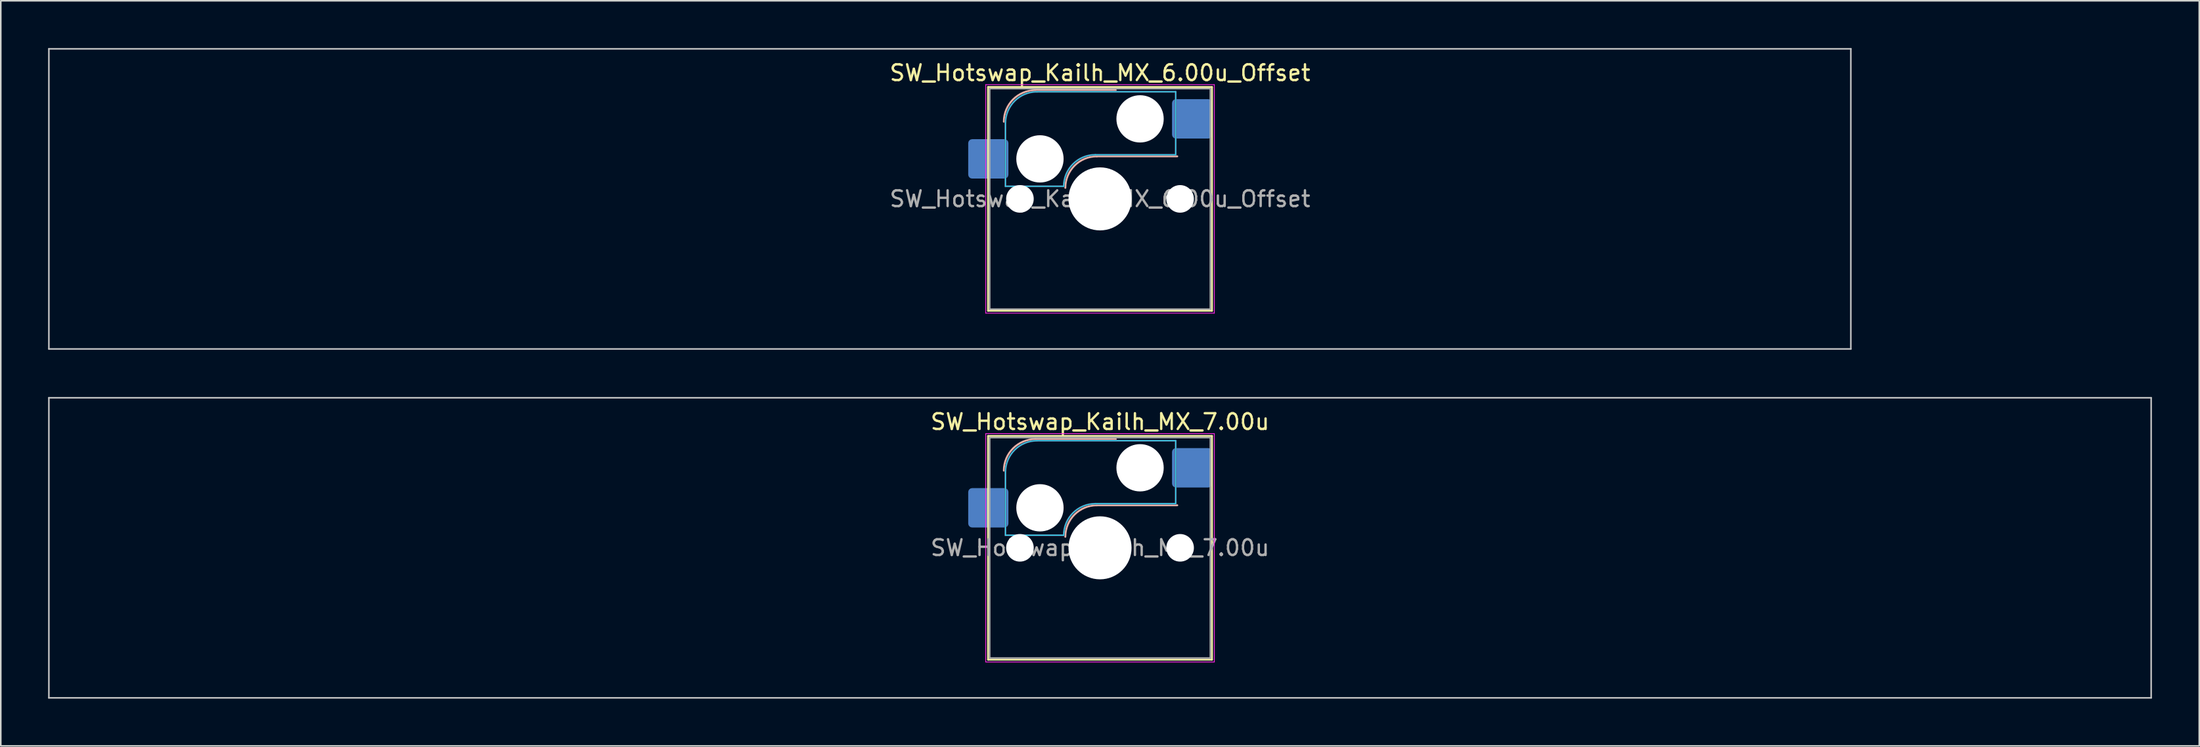
<source format=kicad_pcb>
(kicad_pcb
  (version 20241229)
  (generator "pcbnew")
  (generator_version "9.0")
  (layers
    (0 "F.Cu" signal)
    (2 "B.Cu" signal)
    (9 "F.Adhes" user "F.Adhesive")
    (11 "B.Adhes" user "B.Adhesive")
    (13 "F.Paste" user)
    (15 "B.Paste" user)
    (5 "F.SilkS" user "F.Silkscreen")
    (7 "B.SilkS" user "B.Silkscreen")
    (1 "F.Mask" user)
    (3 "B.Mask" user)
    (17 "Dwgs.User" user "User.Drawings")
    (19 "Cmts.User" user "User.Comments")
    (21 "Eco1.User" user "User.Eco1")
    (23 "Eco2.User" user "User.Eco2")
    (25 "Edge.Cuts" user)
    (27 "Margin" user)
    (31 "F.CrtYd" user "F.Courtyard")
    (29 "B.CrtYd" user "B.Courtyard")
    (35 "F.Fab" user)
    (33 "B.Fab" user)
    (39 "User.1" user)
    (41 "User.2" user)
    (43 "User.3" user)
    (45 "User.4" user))
  (footprint "SW_Hotswap_Kailh_MX_7.00u"
    (layer "F.Cu")
    (at 66.725 31.725)
    (property "Reference" "SW_Hotswap_Kailh_MX_7.00u" (at 0 -8 0) (layer "F.SilkS") (effects (font (size 1 1) (thickness 0.15))))
    (attr smd)
    (fp_line (start -7.1 -7.1) (end -7.1 7.1) (stroke (width 0.12) (type solid)) (layer "F.SilkS"))
    (fp_line (start -7.1 7.1) (end 7.1 7.1) (stroke (width 0.12) (type solid)) (layer "F.SilkS"))
    (fp_line (start 7.1 -7.1) (end -7.1 -7.1) (stroke (width 0.12) (type solid)) (layer "F.SilkS"))
    (fp_line (start 7.1 7.1) (end 7.1 -7.1) (stroke (width 0.12) (type solid)) (layer "F.SilkS"))
    (fp_line (start -4.1 -6.9) (end 1 -6.9) (stroke (width 0.12) (type solid)) (layer "B.SilkS"))
    (fp_line (start -0.2 -2.7) (end 4.9 -2.7) (stroke (width 0.12) (type solid)) (layer "B.SilkS"))
    (fp_arc (start -6.1 -4.9) (mid -5.514214 -6.314214) (end -4.1 -6.9) (stroke (width 0.12) (type solid)) (layer "B.SilkS"))
    (fp_arc (start -2.2 -0.7) (mid -1.614214 -2.114214) (end -0.2 -2.7) (stroke (width 0.12) (type solid)) (layer "B.SilkS"))
    (fp_line (start -66.675 -9.525) (end -66.675 9.525) (stroke (width 0.1) (type solid)) (layer "Dwgs.User"))
    (fp_line (start -66.675 9.525) (end 66.675 9.525) (stroke (width 0.1) (type solid)) (layer "Dwgs.User"))
    (fp_line (start 66.675 -9.525) (end -66.675 -9.525) (stroke (width 0.1) (type solid)) (layer "Dwgs.User"))
    (fp_line (start 66.675 9.525) (end 66.675 -9.525) (stroke (width 0.1) (type solid)) (layer "Dwgs.User"))
    (fp_line (start -7.8 -6) (end -7 -6) (stroke (width 0.1) (type solid)) (layer "Eco1.User"))
    (fp_line (start -7.8 -2.9) (end -7.8 -6) (stroke (width 0.1) (type solid)) (layer "Eco1.User"))
    (fp_line (start -7.8 2.9) (end -7 2.9) (stroke (width 0.1) (type solid)) (layer "Eco1.User"))
    (fp_line (start -7.8 6) (end -7.8 2.9) (stroke (width 0.1) (type solid)) (layer "Eco1.User"))
    (fp_line (start -7 -7) (end 7 -7) (stroke (width 0.1) (type solid)) (layer "Eco1.User"))
    (fp_line (start -7 -6) (end -7 -7) (stroke (width 0.1) (type solid)) (layer "Eco1.User"))
    (fp_line (start -7 -2.9) (end -7.8 -2.9) (stroke (width 0.1) (type solid)) (layer "Eco1.User"))
    (fp_line (start -7 2.9) (end -7 -2.9) (stroke (width 0.1) (type solid)) (layer "Eco1.User"))
    (fp_line (start -7 6) (end -7.8 6) (stroke (width 0.1) (type solid)) (layer "Eco1.User"))
    (fp_line (start -7 7) (end -7 6) (stroke (width 0.1) (type solid)) (layer "Eco1.User"))
    (fp_line (start 7 -7) (end 7 -6) (stroke (width 0.1) (type solid)) (layer "Eco1.User"))
    (fp_line (start 7 -6) (end 7.8 -6) (stroke (width 0.1) (type solid)) (layer "Eco1.User"))
    (fp_line (start 7 -2.9) (end 7 2.9) (stroke (width 0.1) (type solid)) (layer "Eco1.User"))
    (fp_line (start 7 2.9) (end 7.8 2.9) (stroke (width 0.1) (type solid)) (layer "Eco1.User"))
    (fp_line (start 7 6) (end 7 7) (stroke (width 0.1) (type solid)) (layer "Eco1.User"))
    (fp_line (start 7 7) (end -7 7) (stroke (width 0.1) (type solid)) (layer "Eco1.User"))
    (fp_line (start 7.8 -6) (end 7.8 -2.9) (stroke (width 0.1) (type solid)) (layer "Eco1.User"))
    (fp_line (start 7.8 -2.9) (end 7 -2.9) (stroke (width 0.1) (type solid)) (layer "Eco1.User"))
    (fp_line (start 7.8 2.9) (end 7.8 6) (stroke (width 0.1) (type solid)) (layer "Eco1.User"))
    (fp_line (start 7.8 6) (end 7 6) (stroke (width 0.1) (type solid)) (layer "Eco1.User"))
    (fp_line (start -6 -0.8) (end -6 -4.8) (stroke (width 0.05) (type solid)) (layer "B.CrtYd"))
    (fp_line (start -6 -0.8) (end -2.3 -0.8) (stroke (width 0.05) (type solid)) (layer "B.CrtYd"))
    (fp_line (start -4 -6.8) (end 4.8 -6.8) (stroke (width 0.05) (type solid)) (layer "B.CrtYd"))
    (fp_line (start -0.3 -2.8) (end 4.8 -2.8) (stroke (width 0.05) (type solid)) (layer "B.CrtYd"))
    (fp_line (start 4.8 -6.8) (end 4.8 -2.8) (stroke (width 0.05) (type solid)) (layer "B.CrtYd"))
    (fp_arc (start -6 -4.8) (mid -5.414214 -6.214214) (end -4 -6.8) (stroke (width 0.05) (type solid)) (layer "B.CrtYd"))
    (fp_arc (start -2.3 -0.8) (mid -1.714214 -2.214214) (end -0.3 -2.8) (stroke (width 0.05) (type solid)) (layer "B.CrtYd"))
    (fp_line (start -7.25 -7.25) (end -7.25 7.25) (stroke (width 0.05) (type solid)) (layer "F.CrtYd"))
    (fp_line (start -7.25 7.25) (end 7.25 7.25) (stroke (width 0.05) (type solid)) (layer "F.CrtYd"))
    (fp_line (start 7.25 -7.25) (end -7.25 -7.25) (stroke (width 0.05) (type solid)) (layer "F.CrtYd"))
    (fp_line (start 7.25 7.25) (end 7.25 -7.25) (stroke (width 0.05) (type solid)) (layer "F.CrtYd"))
    (fp_line (start -6 -0.8) (end -6 -4.8) (stroke (width 0.12) (type solid)) (layer "B.Fab"))
    (fp_line (start -6 -0.8) (end -2.3 -0.8) (stroke (width 0.12) (type solid)) (layer "B.Fab"))
    (fp_line (start -4 -6.8) (end 4.8 -6.8) (stroke (width 0.12) (type solid)) (layer "B.Fab"))
    (fp_line (start -0.3 -2.8) (end 4.8 -2.8) (stroke (width 0.12) (type solid)) (layer "B.Fab"))
    (fp_line (start 4.8 -6.8) (end 4.8 -2.8) (stroke (width 0.12) (type solid)) (layer "B.Fab"))
    (fp_arc (start -6 -4.8) (mid -5.414214 -6.214214) (end -4 -6.8) (stroke (width 0.12) (type solid)) (layer "B.Fab"))
    (fp_arc (start -2.3 -0.8) (mid -1.714214 -2.214214) (end -0.3 -2.8) (stroke (width 0.12) (type solid)) (layer "B.Fab"))
    (fp_line (start -7 -7) (end -7 7) (stroke (width 0.1) (type solid)) (layer "F.Fab"))
    (fp_line (start -7 7) (end 7 7) (stroke (width 0.1) (type solid)) (layer "F.Fab"))
    (fp_line (start 7 -7) (end -7 -7) (stroke (width 0.1) (type solid)) (layer "F.Fab"))
    (fp_line (start 7 7) (end 7 -7) (stroke (width 0.1) (type solid)) (layer "F.Fab"))
    (fp_text user "${REFERENCE}" (at 0 0 0) (layer "F.Fab") (effects (font (size 1 1) (thickness 0.15))))
    (pad "" np_thru_hole circle (at -5.08 0) (size 1.75 1.75) (drill 1.75) (layers "*.Cu" "*.Mask"))
    (pad "" np_thru_hole circle (at -3.81 -2.54) (size 3 3) (drill 3) (layers "*.Cu" "*.Mask"))
    (pad "" np_thru_hole circle (at 0 0) (size 4 4) (drill 4) (layers "*.Cu" "*.Mask"))
    (pad "" np_thru_hole circle (at 2.54 -5.08) (size 3 3) (drill 3) (layers "*.Cu" "*.Mask"))
    (pad "" np_thru_hole circle (at 5.08 0) (size 1.75 1.75) (drill 1.75) (layers "*.Cu" "*.Mask"))
    (pad "1" smd roundrect (at -7.085 -2.54) (size 2.55 2.5) (layers "B.Cu" "B.Mask" "B.Paste") (roundrect_rratio 0.1))
    (pad "2" smd roundrect (at 5.842 -5.08) (size 2.55 2.5) (layers "B.Cu" "B.Mask" "B.Paste") (roundrect_rratio 0.1)))
  (footprint "SW_Hotswap_Kailh_MX_6.00u_Offset"
    (layer "F.Cu")
    (at 66.725 9.575)
    (property "Reference" "SW_Hotswap_Kailh_MX_6.00u_Offset" (at 0 -8 0) (layer "F.SilkS") (effects (font (size 1 1) (thickness 0.15))))
    (attr smd)
    (fp_line (start -7.1 -7.1) (end -7.1 7.1) (stroke (width 0.12) (type solid)) (layer "F.SilkS"))
    (fp_line (start -7.1 7.1) (end 7.1 7.1) (stroke (width 0.12) (type solid)) (layer "F.SilkS"))
    (fp_line (start 7.1 -7.1) (end -7.1 -7.1) (stroke (width 0.12) (type solid)) (layer "F.SilkS"))
    (fp_line (start 7.1 7.1) (end 7.1 -7.1) (stroke (width 0.12) (type solid)) (layer "F.SilkS"))
    (fp_line (start -4.1 -6.9) (end 1 -6.9) (stroke (width 0.12) (type solid)) (layer "B.SilkS"))
    (fp_line (start -0.2 -2.7) (end 4.9 -2.7) (stroke (width 0.12) (type solid)) (layer "B.SilkS"))
    (fp_arc (start -6.1 -4.9) (mid -5.514214 -6.314214) (end -4.1 -6.9) (stroke (width 0.12) (type solid)) (layer "B.SilkS"))
    (fp_arc (start -2.2 -0.7) (mid -1.614214 -2.114214) (end -0.2 -2.7) (stroke (width 0.12) (type solid)) (layer "B.SilkS"))
    (fp_line (start -66.675 -9.525) (end -66.675 9.525) (stroke (width 0.1) (type solid)) (layer "Dwgs.User"))
    (fp_line (start -66.675 9.525) (end 47.625 9.525) (stroke (width 0.1) (type solid)) (layer "Dwgs.User"))
    (fp_line (start 47.625 -9.525) (end -66.675 -9.525) (stroke (width 0.1) (type solid)) (layer "Dwgs.User"))
    (fp_line (start 47.625 9.525) (end 47.625 -9.525) (stroke (width 0.1) (type solid)) (layer "Dwgs.User"))
    (fp_line (start -7.8 -6) (end -7 -6) (stroke (width 0.1) (type solid)) (layer "Eco1.User"))
    (fp_line (start -7.8 -2.9) (end -7.8 -6) (stroke (width 0.1) (type solid)) (layer "Eco1.User"))
    (fp_line (start -7.8 2.9) (end -7 2.9) (stroke (width 0.1) (type solid)) (layer "Eco1.User"))
    (fp_line (start -7.8 6) (end -7.8 2.9) (stroke (width 0.1) (type solid)) (layer "Eco1.User"))
    (fp_line (start -7 -7) (end 7 -7) (stroke (width 0.1) (type solid)) (layer "Eco1.User"))
    (fp_line (start -7 -6) (end -7 -7) (stroke (width 0.1) (type solid)) (layer "Eco1.User"))
    (fp_line (start -7 -2.9) (end -7.8 -2.9) (stroke (width 0.1) (type solid)) (layer "Eco1.User"))
    (fp_line (start -7 2.9) (end -7 -2.9) (stroke (width 0.1) (type solid)) (layer "Eco1.User"))
    (fp_line (start -7 6) (end -7.8 6) (stroke (width 0.1) (type solid)) (layer "Eco1.User"))
    (fp_line (start -7 7) (end -7 6) (stroke (width 0.1) (type solid)) (layer "Eco1.User"))
    (fp_line (start 7 -7) (end 7 -6) (stroke (width 0.1) (type solid)) (layer "Eco1.User"))
    (fp_line (start 7 -6) (end 7.8 -6) (stroke (width 0.1) (type solid)) (layer "Eco1.User"))
    (fp_line (start 7 -2.9) (end 7 2.9) (stroke (width 0.1) (type solid)) (layer "Eco1.User"))
    (fp_line (start 7 2.9) (end 7.8 2.9) (stroke (width 0.1) (type solid)) (layer "Eco1.User"))
    (fp_line (start 7 6) (end 7 7) (stroke (width 0.1) (type solid)) (layer "Eco1.User"))
    (fp_line (start 7 7) (end -7 7) (stroke (width 0.1) (type solid)) (layer "Eco1.User"))
    (fp_line (start 7.8 -6) (end 7.8 -2.9) (stroke (width 0.1) (type solid)) (layer "Eco1.User"))
    (fp_line (start 7.8 -2.9) (end 7 -2.9) (stroke (width 0.1) (type solid)) (layer "Eco1.User"))
    (fp_line (start 7.8 2.9) (end 7.8 6) (stroke (width 0.1) (type solid)) (layer "Eco1.User"))
    (fp_line (start 7.8 6) (end 7 6) (stroke (width 0.1) (type solid)) (layer "Eco1.User"))
    (fp_line (start -6 -0.8) (end -6 -4.8) (stroke (width 0.05) (type solid)) (layer "B.CrtYd"))
    (fp_line (start -6 -0.8) (end -2.3 -0.8) (stroke (width 0.05) (type solid)) (layer "B.CrtYd"))
    (fp_line (start -4 -6.8) (end 4.8 -6.8) (stroke (width 0.05) (type solid)) (layer "B.CrtYd"))
    (fp_line (start -0.3 -2.8) (end 4.8 -2.8) (stroke (width 0.05) (type solid)) (layer "B.CrtYd"))
    (fp_line (start 4.8 -6.8) (end 4.8 -2.8) (stroke (width 0.05) (type solid)) (layer "B.CrtYd"))
    (fp_arc (start -6 -4.8) (mid -5.414214 -6.214214) (end -4 -6.8) (stroke (width 0.05) (type solid)) (layer "B.CrtYd"))
    (fp_arc (start -2.3 -0.8) (mid -1.714214 -2.214214) (end -0.3 -2.8) (stroke (width 0.05) (type solid)) (layer "B.CrtYd"))
    (fp_line (start -7.25 -7.25) (end -7.25 7.25) (stroke (width 0.05) (type solid)) (layer "F.CrtYd"))
    (fp_line (start -7.25 7.25) (end 7.25 7.25) (stroke (width 0.05) (type solid)) (layer "F.CrtYd"))
    (fp_line (start 7.25 -7.25) (end -7.25 -7.25) (stroke (width 0.05) (type solid)) (layer "F.CrtYd"))
    (fp_line (start 7.25 7.25) (end 7.25 -7.25) (stroke (width 0.05) (type solid)) (layer "F.CrtYd"))
    (fp_line (start -6 -0.8) (end -6 -4.8) (stroke (width 0.12) (type solid)) (layer "B.Fab"))
    (fp_line (start -6 -0.8) (end -2.3 -0.8) (stroke (width 0.12) (type solid)) (layer "B.Fab"))
    (fp_line (start -4 -6.8) (end 4.8 -6.8) (stroke (width 0.12) (type solid)) (layer "B.Fab"))
    (fp_line (start -0.3 -2.8) (end 4.8 -2.8) (stroke (width 0.12) (type solid)) (layer "B.Fab"))
    (fp_line (start 4.8 -6.8) (end 4.8 -2.8) (stroke (width 0.12) (type solid)) (layer "B.Fab"))
    (fp_arc (start -6 -4.8) (mid -5.414214 -6.214214) (end -4 -6.8) (stroke (width 0.12) (type solid)) (layer "B.Fab"))
    (fp_arc (start -2.3 -0.8) (mid -1.714214 -2.214214) (end -0.3 -2.8) (stroke (width 0.12) (type solid)) (layer "B.Fab"))
    (fp_line (start -7 -7) (end -7 7) (stroke (width 0.1) (type solid)) (layer "F.Fab"))
    (fp_line (start -7 7) (end 7 7) (stroke (width 0.1) (type solid)) (layer "F.Fab"))
    (fp_line (start 7 -7) (end -7 -7) (stroke (width 0.1) (type solid)) (layer "F.Fab"))
    (fp_line (start 7 7) (end 7 -7) (stroke (width 0.1) (type solid)) (layer "F.Fab"))
    (fp_text user "${REFERENCE}" (at 0 0 0) (layer "F.Fab") (effects (font (size 1 1) (thickness 0.15))))
    (pad "" np_thru_hole circle (at -5.08 0) (size 1.75 1.75) (drill 1.75) (layers "*.Cu" "*.Mask"))
    (pad "" np_thru_hole circle (at -3.81 -2.54) (size 3 3) (drill 3) (layers "*.Cu" "*.Mask"))
    (pad "" np_thru_hole circle (at 0 0) (size 4 4) (drill 4) (layers "*.Cu" "*.Mask"))
    (pad "" np_thru_hole circle (at 2.54 -5.08) (size 3 3) (drill 3) (layers "*.Cu" "*.Mask"))
    (pad "" np_thru_hole circle (at 5.08 0) (size 1.75 1.75) (drill 1.75) (layers "*.Cu" "*.Mask"))
    (pad "1" smd roundrect (at -7.085 -2.54) (size 2.55 2.5) (layers "B.Cu" "B.Mask" "B.Paste") (roundrect_rratio 0.1))
    (pad "2" smd roundrect (at 5.842 -5.08) (size 2.55 2.5) (layers "B.Cu" "B.Mask" "B.Paste") (roundrect_rratio 0.1)))
  (gr_rect
    (start -3 -3)
    (end 136.45 44.3)
    (stroke (width 0.1) (type default))
    (fill no)
    (layer "Edge.Cuts")))
</source>
